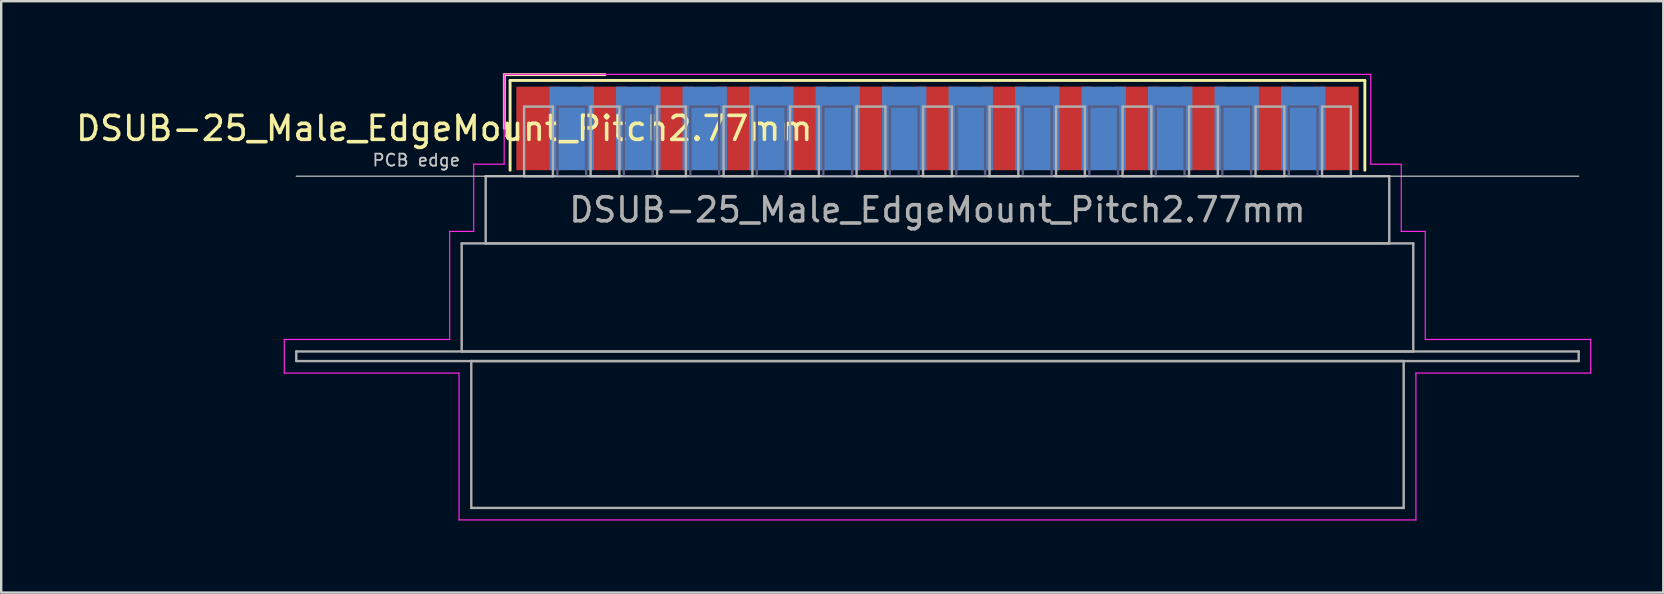
<source format=kicad_pcb>
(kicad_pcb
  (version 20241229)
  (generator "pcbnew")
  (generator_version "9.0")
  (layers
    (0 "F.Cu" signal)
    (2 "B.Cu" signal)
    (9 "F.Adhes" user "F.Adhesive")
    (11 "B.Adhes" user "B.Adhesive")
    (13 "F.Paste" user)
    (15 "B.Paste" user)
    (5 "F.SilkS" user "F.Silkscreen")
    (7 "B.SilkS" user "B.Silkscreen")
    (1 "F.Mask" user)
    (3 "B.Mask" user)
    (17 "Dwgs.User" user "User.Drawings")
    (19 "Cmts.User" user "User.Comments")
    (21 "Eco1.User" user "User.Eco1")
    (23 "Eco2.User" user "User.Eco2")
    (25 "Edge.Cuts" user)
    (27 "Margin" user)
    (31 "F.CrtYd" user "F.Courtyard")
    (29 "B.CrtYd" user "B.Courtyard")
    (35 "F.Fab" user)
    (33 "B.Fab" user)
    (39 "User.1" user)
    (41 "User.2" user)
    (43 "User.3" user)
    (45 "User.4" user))
  (footprint "DSUB-25_Male_EdgeMount_Pitch2.77mm"
    (layer "F.Cu")
    (at 36.002 2.3)
    (property "Reference" "DSUB-25_Male_EdgeMount_Pitch2.77mm" (at -20.543 0 0) (layer "F.SilkS") (effects (font (size 1 1) (thickness 0.15))))
    (attr smd)
    (fp_line (start -18.043 -2.24) (end -13.85 -2.24) (stroke (width 0.12) (type solid)) (layer "F.SilkS"))
    (fp_line (start -18.043 0) (end -18.043 -2.24) (stroke (width 0.12) (type solid)) (layer "F.SilkS"))
    (fp_line (start -17.803 -2) (end -17.803 1.74) (stroke (width 0.12) (type solid)) (layer "F.SilkS"))
    (fp_line (start 17.803 -2) (end -17.803 -2) (stroke (width 0.12) (type solid)) (layer "F.SilkS"))
    (fp_line (start 17.803 1.74) (end 17.803 -2) (stroke (width 0.12) (type solid)) (layer "F.SilkS"))
    (fp_line (start -26.71 1.99) (end 26.71 1.99) (stroke (width 0.05) (type solid)) (layer "Dwgs.User"))
    (fp_line (start -27.21 8.79) (end -20.32 8.79) (stroke (width 0.05) (type solid)) (layer "F.CrtYd"))
    (fp_line (start -27.21 10.19) (end -27.21 8.79) (stroke (width 0.05) (type solid)) (layer "F.CrtYd"))
    (fp_line (start -20.32 4.29) (end -19.32 4.29) (stroke (width 0.05) (type solid)) (layer "F.CrtYd"))
    (fp_line (start -20.32 8.79) (end -20.32 4.29) (stroke (width 0.05) (type solid)) (layer "F.CrtYd"))
    (fp_line (start -19.93 10.19) (end -27.21 10.19) (stroke (width 0.05) (type solid)) (layer "F.CrtYd"))
    (fp_line (start -19.93 16.31) (end -19.93 10.19) (stroke (width 0.05) (type solid)) (layer "F.CrtYd"))
    (fp_line (start -19.32 1.49) (end -18.05 1.49) (stroke (width 0.05) (type solid)) (layer "F.CrtYd"))
    (fp_line (start -19.32 4.29) (end -19.32 1.49) (stroke (width 0.05) (type solid)) (layer "F.CrtYd"))
    (fp_line (start -18.05 -2.25) (end 18.05 -2.25) (stroke (width 0.05) (type solid)) (layer "F.CrtYd"))
    (fp_line (start -18.05 1.49) (end -18.05 -2.25) (stroke (width 0.05) (type solid)) (layer "F.CrtYd"))
    (fp_line (start 18.05 -2.25) (end 18.05 1.49) (stroke (width 0.05) (type solid)) (layer "F.CrtYd"))
    (fp_line (start 18.05 1.49) (end 19.32 1.49) (stroke (width 0.05) (type solid)) (layer "F.CrtYd"))
    (fp_line (start 19.32 1.49) (end 19.32 4.29) (stroke (width 0.05) (type solid)) (layer "F.CrtYd"))
    (fp_line (start 19.32 4.29) (end 20.32 4.29) (stroke (width 0.05) (type solid)) (layer "F.CrtYd"))
    (fp_line (start 19.93 10.19) (end 19.93 16.31) (stroke (width 0.05) (type solid)) (layer "F.CrtYd"))
    (fp_line (start 19.93 16.31) (end -19.93 16.31) (stroke (width 0.05) (type solid)) (layer "F.CrtYd"))
    (fp_line (start 20.32 4.29) (end 20.32 8.79) (stroke (width 0.05) (type solid)) (layer "F.CrtYd"))
    (fp_line (start 20.32 8.79) (end 27.21 8.79) (stroke (width 0.05) (type solid)) (layer "F.CrtYd"))
    (fp_line (start 27.21 8.79) (end 27.21 10.19) (stroke (width 0.05) (type solid)) (layer "F.CrtYd"))
    (fp_line (start 27.21 10.19) (end 19.93 10.19) (stroke (width 0.05) (type solid)) (layer "F.CrtYd"))
    (fp_line (start -15.835 -0.91) (end -15.835 1.99) (stroke (width 0.1) (type solid)) (layer "B.Fab"))
    (fp_line (start -15.835 1.99) (end -14.635 1.99) (stroke (width 0.1) (type solid)) (layer "B.Fab"))
    (fp_line (start -14.635 -0.91) (end -15.835 -0.91) (stroke (width 0.1) (type solid)) (layer "B.Fab"))
    (fp_line (start -14.635 1.99) (end -14.635 -0.91) (stroke (width 0.1) (type solid)) (layer "B.Fab"))
    (fp_line (start -13.065 -0.91) (end -13.065 1.99) (stroke (width 0.1) (type solid)) (layer "B.Fab"))
    (fp_line (start -13.065 1.99) (end -11.865 1.99) (stroke (width 0.1) (type solid)) (layer "B.Fab"))
    (fp_line (start -11.865 -0.91) (end -13.065 -0.91) (stroke (width 0.1) (type solid)) (layer "B.Fab"))
    (fp_line (start -11.865 1.99) (end -11.865 -0.91) (stroke (width 0.1) (type solid)) (layer "B.Fab"))
    (fp_line (start -10.295 -0.91) (end -10.295 1.99) (stroke (width 0.1) (type solid)) (layer "B.Fab"))
    (fp_line (start -10.295 1.99) (end -9.095 1.99) (stroke (width 0.1) (type solid)) (layer "B.Fab"))
    (fp_line (start -9.095 -0.91) (end -10.295 -0.91) (stroke (width 0.1) (type solid)) (layer "B.Fab"))
    (fp_line (start -9.095 1.99) (end -9.095 -0.91) (stroke (width 0.1) (type solid)) (layer "B.Fab"))
    (fp_line (start -7.525 -0.91) (end -7.525 1.99) (stroke (width 0.1) (type solid)) (layer "B.Fab"))
    (fp_line (start -7.525 1.99) (end -6.325 1.99) (stroke (width 0.1) (type solid)) (layer "B.Fab"))
    (fp_line (start -6.325 -0.91) (end -7.525 -0.91) (stroke (width 0.1) (type solid)) (layer "B.Fab"))
    (fp_line (start -6.325 1.99) (end -6.325 -0.91) (stroke (width 0.1) (type solid)) (layer "B.Fab"))
    (fp_line (start -4.755 -0.91) (end -4.755 1.99) (stroke (width 0.1) (type solid)) (layer "B.Fab"))
    (fp_line (start -4.755 1.99) (end -3.555 1.99) (stroke (width 0.1) (type solid)) (layer "B.Fab"))
    (fp_line (start -3.555 -0.91) (end -4.755 -0.91) (stroke (width 0.1) (type solid)) (layer "B.Fab"))
    (fp_line (start -3.555 1.99) (end -3.555 -0.91) (stroke (width 0.1) (type solid)) (layer "B.Fab"))
    (fp_line (start -1.985 -0.91) (end -1.985 1.99) (stroke (width 0.1) (type solid)) (layer "B.Fab"))
    (fp_line (start -1.985 1.99) (end -0.785 1.99) (stroke (width 0.1) (type solid)) (layer "B.Fab"))
    (fp_line (start -0.785 -0.91) (end -1.985 -0.91) (stroke (width 0.1) (type solid)) (layer "B.Fab"))
    (fp_line (start -0.785 1.99) (end -0.785 -0.91) (stroke (width 0.1) (type solid)) (layer "B.Fab"))
    (fp_line (start 0.785 -0.91) (end 0.785 1.99) (stroke (width 0.1) (type solid)) (layer "B.Fab"))
    (fp_line (start 0.785 1.99) (end 1.985 1.99) (stroke (width 0.1) (type solid)) (layer "B.Fab"))
    (fp_line (start 1.985 -0.91) (end 0.785 -0.91) (stroke (width 0.1) (type solid)) (layer "B.Fab"))
    (fp_line (start 1.985 1.99) (end 1.985 -0.91) (stroke (width 0.1) (type solid)) (layer "B.Fab"))
    (fp_line (start 3.555 -0.91) (end 3.555 1.99) (stroke (width 0.1) (type solid)) (layer "B.Fab"))
    (fp_line (start 3.555 1.99) (end 4.755 1.99) (stroke (width 0.1) (type solid)) (layer "B.Fab"))
    (fp_line (start 4.755 -0.91) (end 3.555 -0.91) (stroke (width 0.1) (type solid)) (layer "B.Fab"))
    (fp_line (start 4.755 1.99) (end 4.755 -0.91) (stroke (width 0.1) (type solid)) (layer "B.Fab"))
    (fp_line (start 6.325 -0.91) (end 6.325 1.99) (stroke (width 0.1) (type solid)) (layer "B.Fab"))
    (fp_line (start 6.325 1.99) (end 7.525 1.99) (stroke (width 0.1) (type solid)) (layer "B.Fab"))
    (fp_line (start 7.525 -0.91) (end 6.325 -0.91) (stroke (width 0.1) (type solid)) (layer "B.Fab"))
    (fp_line (start 7.525 1.99) (end 7.525 -0.91) (stroke (width 0.1) (type solid)) (layer "B.Fab"))
    (fp_line (start 9.095 -0.91) (end 9.095 1.99) (stroke (width 0.1) (type solid)) (layer "B.Fab"))
    (fp_line (start 9.095 1.99) (end 10.295 1.99) (stroke (width 0.1) (type solid)) (layer "B.Fab"))
    (fp_line (start 10.295 -0.91) (end 9.095 -0.91) (stroke (width 0.1) (type solid)) (layer "B.Fab"))
    (fp_line (start 10.295 1.99) (end 10.295 -0.91) (stroke (width 0.1) (type solid)) (layer "B.Fab"))
    (fp_line (start 11.865 -0.91) (end 11.865 1.99) (stroke (width 0.1) (type solid)) (layer "B.Fab"))
    (fp_line (start 11.865 1.99) (end 13.065 1.99) (stroke (width 0.1) (type solid)) (layer "B.Fab"))
    (fp_line (start 13.065 -0.91) (end 11.865 -0.91) (stroke (width 0.1) (type solid)) (layer "B.Fab"))
    (fp_line (start 13.065 1.99) (end 13.065 -0.91) (stroke (width 0.1) (type solid)) (layer "B.Fab"))
    (fp_line (start 14.635 -0.91) (end 14.635 1.99) (stroke (width 0.1) (type solid)) (layer "B.Fab"))
    (fp_line (start 14.635 1.99) (end 15.835 1.99) (stroke (width 0.1) (type solid)) (layer "B.Fab"))
    (fp_line (start 15.835 -0.91) (end 14.635 -0.91) (stroke (width 0.1) (type solid)) (layer "B.Fab"))
    (fp_line (start 15.835 1.99) (end 15.835 -0.91) (stroke (width 0.1) (type solid)) (layer "B.Fab"))
    (fp_line (start -26.71 9.29) (end -26.71 9.69) (stroke (width 0.1) (type solid)) (layer "F.Fab"))
    (fp_line (start -26.71 9.69) (end 26.71 9.69) (stroke (width 0.1) (type solid)) (layer "F.Fab"))
    (fp_line (start -19.82 4.79) (end -19.82 9.29) (stroke (width 0.1) (type solid)) (layer "F.Fab"))
    (fp_line (start -19.82 9.29) (end 19.82 9.29) (stroke (width 0.1) (type solid)) (layer "F.Fab"))
    (fp_line (start -19.42 9.69) (end -19.42 15.81) (stroke (width 0.1) (type solid)) (layer "F.Fab"))
    (fp_line (start -19.42 15.81) (end 19.42 15.81) (stroke (width 0.1) (type solid)) (layer "F.Fab"))
    (fp_line (start -18.82 1.99) (end -18.82 4.79) (stroke (width 0.1) (type solid)) (layer "F.Fab"))
    (fp_line (start -18.82 4.79) (end 18.82 4.79) (stroke (width 0.1) (type solid)) (layer "F.Fab"))
    (fp_line (start -17.22 -0.91) (end -17.22 1.99) (stroke (width 0.1) (type solid)) (layer "F.Fab"))
    (fp_line (start -17.22 1.99) (end -16.02 1.99) (stroke (width 0.1) (type solid)) (layer "F.Fab"))
    (fp_line (start -16.02 -0.91) (end -17.22 -0.91) (stroke (width 0.1) (type solid)) (layer "F.Fab"))
    (fp_line (start -16.02 1.99) (end -16.02 -0.91) (stroke (width 0.1) (type solid)) (layer "F.Fab"))
    (fp_line (start -14.45 -0.91) (end -14.45 1.99) (stroke (width 0.1) (type solid)) (layer "F.Fab"))
    (fp_line (start -14.45 1.99) (end -13.25 1.99) (stroke (width 0.1) (type solid)) (layer "F.Fab"))
    (fp_line (start -13.25 -0.91) (end -14.45 -0.91) (stroke (width 0.1) (type solid)) (layer "F.Fab"))
    (fp_line (start -13.25 1.99) (end -13.25 -0.91) (stroke (width 0.1) (type solid)) (layer "F.Fab"))
    (fp_line (start -11.68 -0.91) (end -11.68 1.99) (stroke (width 0.1) (type solid)) (layer "F.Fab"))
    (fp_line (start -11.68 1.99) (end -10.48 1.99) (stroke (width 0.1) (type solid)) (layer "F.Fab"))
    (fp_line (start -10.48 -0.91) (end -11.68 -0.91) (stroke (width 0.1) (type solid)) (layer "F.Fab"))
    (fp_line (start -10.48 1.99) (end -10.48 -0.91) (stroke (width 0.1) (type solid)) (layer "F.Fab"))
    (fp_line (start -8.91 -0.91) (end -8.91 1.99) (stroke (width 0.1) (type solid)) (layer "F.Fab"))
    (fp_line (start -8.91 1.99) (end -7.71 1.99) (stroke (width 0.1) (type solid)) (layer "F.Fab"))
    (fp_line (start -7.71 -0.91) (end -8.91 -0.91) (stroke (width 0.1) (type solid)) (layer "F.Fab"))
    (fp_line (start -7.71 1.99) (end -7.71 -0.91) (stroke (width 0.1) (type solid)) (layer "F.Fab"))
    (fp_line (start -6.14 -0.91) (end -6.14 1.99) (stroke (width 0.1) (type solid)) (layer "F.Fab"))
    (fp_line (start -6.14 1.99) (end -4.94 1.99) (stroke (width 0.1) (type solid)) (layer "F.Fab"))
    (fp_line (start -4.94 -0.91) (end -6.14 -0.91) (stroke (width 0.1) (type solid)) (layer "F.Fab"))
    (fp_line (start -4.94 1.99) (end -4.94 -0.91) (stroke (width 0.1) (type solid)) (layer "F.Fab"))
    (fp_line (start -3.37 -0.91) (end -3.37 1.99) (stroke (width 0.1) (type solid)) (layer "F.Fab"))
    (fp_line (start -3.37 1.99) (end -2.17 1.99) (stroke (width 0.1) (type solid)) (layer "F.Fab"))
    (fp_line (start -2.17 -0.91) (end -3.37 -0.91) (stroke (width 0.1) (type solid)) (layer "F.Fab"))
    (fp_line (start -2.17 1.99) (end -2.17 -0.91) (stroke (width 0.1) (type solid)) (layer "F.Fab"))
    (fp_line (start -0.6 -0.91) (end -0.6 1.99) (stroke (width 0.1) (type solid)) (layer "F.Fab"))
    (fp_line (start -0.6 1.99) (end 0.6 1.99) (stroke (width 0.1) (type solid)) (layer "F.Fab"))
    (fp_line (start 0.6 -0.91) (end -0.6 -0.91) (stroke (width 0.1) (type solid)) (layer "F.Fab"))
    (fp_line (start 0.6 1.99) (end 0.6 -0.91) (stroke (width 0.1) (type solid)) (layer "F.Fab"))
    (fp_line (start 2.17 -0.91) (end 2.17 1.99) (stroke (width 0.1) (type solid)) (layer "F.Fab"))
    (fp_line (start 2.17 1.99) (end 3.37 1.99) (stroke (width 0.1) (type solid)) (layer "F.Fab"))
    (fp_line (start 3.37 -0.91) (end 2.17 -0.91) (stroke (width 0.1) (type solid)) (layer "F.Fab"))
    (fp_line (start 3.37 1.99) (end 3.37 -0.91) (stroke (width 0.1) (type solid)) (layer "F.Fab"))
    (fp_line (start 4.94 -0.91) (end 4.94 1.99) (stroke (width 0.1) (type solid)) (layer "F.Fab"))
    (fp_line (start 4.94 1.99) (end 6.14 1.99) (stroke (width 0.1) (type solid)) (layer "F.Fab"))
    (fp_line (start 6.14 -0.91) (end 4.94 -0.91) (stroke (width 0.1) (type solid)) (layer "F.Fab"))
    (fp_line (start 6.14 1.99) (end 6.14 -0.91) (stroke (width 0.1) (type solid)) (layer "F.Fab"))
    (fp_line (start 7.71 -0.91) (end 7.71 1.99) (stroke (width 0.1) (type solid)) (layer "F.Fab"))
    (fp_line (start 7.71 1.99) (end 8.91 1.99) (stroke (width 0.1) (type solid)) (layer "F.Fab"))
    (fp_line (start 8.91 -0.91) (end 7.71 -0.91) (stroke (width 0.1) (type solid)) (layer "F.Fab"))
    (fp_line (start 8.91 1.99) (end 8.91 -0.91) (stroke (width 0.1) (type solid)) (layer "F.Fab"))
    (fp_line (start 10.48 -0.91) (end 10.48 1.99) (stroke (width 0.1) (type solid)) (layer "F.Fab"))
    (fp_line (start 10.48 1.99) (end 11.68 1.99) (stroke (width 0.1) (type solid)) (layer "F.Fab"))
    (fp_line (start 11.68 -0.91) (end 10.48 -0.91) (stroke (width 0.1) (type solid)) (layer "F.Fab"))
    (fp_line (start 11.68 1.99) (end 11.68 -0.91) (stroke (width 0.1) (type solid)) (layer "F.Fab"))
    (fp_line (start 13.25 -0.91) (end 13.25 1.99) (stroke (width 0.1) (type solid)) (layer "F.Fab"))
    (fp_line (start 13.25 1.99) (end 14.45 1.99) (stroke (width 0.1) (type solid)) (layer "F.Fab"))
    (fp_line (start 14.45 -0.91) (end 13.25 -0.91) (stroke (width 0.1) (type solid)) (layer "F.Fab"))
    (fp_line (start 14.45 1.99) (end 14.45 -0.91) (stroke (width 0.1) (type solid)) (layer "F.Fab"))
    (fp_line (start 16.02 -0.91) (end 16.02 1.99) (stroke (width 0.1) (type solid)) (layer "F.Fab"))
    (fp_line (start 16.02 1.99) (end 17.22 1.99) (stroke (width 0.1) (type solid)) (layer "F.Fab"))
    (fp_line (start 17.22 -0.91) (end 16.02 -0.91) (stroke (width 0.1) (type solid)) (layer "F.Fab"))
    (fp_line (start 17.22 1.99) (end 17.22 -0.91) (stroke (width 0.1) (type solid)) (layer "F.Fab"))
    (fp_line (start 18.82 1.99) (end -18.82 1.99) (stroke (width 0.1) (type solid)) (layer "F.Fab"))
    (fp_line (start 18.82 4.79) (end 18.82 1.99) (stroke (width 0.1) (type solid)) (layer "F.Fab"))
    (fp_line (start 19.42 9.69) (end -19.42 9.69) (stroke (width 0.1) (type solid)) (layer "F.Fab"))
    (fp_line (start 19.42 15.81) (end 19.42 9.69) (stroke (width 0.1) (type solid)) (layer "F.Fab"))
    (fp_line (start 19.82 4.79) (end -19.82 4.79) (stroke (width 0.1) (type solid)) (layer "F.Fab"))
    (fp_line (start 19.82 9.29) (end 19.82 4.79) (stroke (width 0.1) (type solid)) (layer "F.Fab"))
    (fp_line (start 26.71 9.29) (end -26.71 9.29) (stroke (width 0.1) (type solid)) (layer "F.Fab"))
    (fp_line (start 26.71 9.69) (end 26.71 9.29) (stroke (width 0.1) (type solid)) (layer "F.Fab"))
    (fp_text user "PCB edge" (at -21.71 1.323 0) (layer "Dwgs.User") (effects (font (size 0.5 0.5) (thickness 0.075))))
    (fp_text user "${REFERENCE}" (at 0 3.39 0) (layer "F.Fab") (effects (font (size 1 1) (thickness 0.15))))
    (pad "1" smd rect (at -16.62 0) (size 1.847 3.48) (layers "F.Cu" "F.Mask" "F.Paste"))
    (pad "2" smd rect (at -13.85 0) (size 1.847 3.48) (layers "F.Cu" "F.Mask" "F.Paste"))
    (pad "3" smd rect (at -11.08 0) (size 1.847 3.48) (layers "F.Cu" "F.Mask" "F.Paste"))
    (pad "4" smd rect (at -8.31 0) (size 1.847 3.48) (layers "F.Cu" "F.Mask" "F.Paste"))
    (pad "5" smd rect (at -5.54 0) (size 1.847 3.48) (layers "F.Cu" "F.Mask" "F.Paste"))
    (pad "6" smd rect (at -2.77 0) (size 1.847 3.48) (layers "F.Cu" "F.Mask" "F.Paste"))
    (pad "7" smd rect (at 0 0) (size 1.847 3.48) (layers "F.Cu" "F.Mask" "F.Paste"))
    (pad "8" smd rect (at 2.77 0) (size 1.847 3.48) (layers "F.Cu" "F.Mask" "F.Paste"))
    (pad "9" smd rect (at 5.54 0) (size 1.847 3.48) (layers "F.Cu" "F.Mask" "F.Paste"))
    (pad "10" smd rect (at 8.31 0) (size 1.847 3.48) (layers "F.Cu" "F.Mask" "F.Paste"))
    (pad "11" smd rect (at 11.08 0) (size 1.847 3.48) (layers "F.Cu" "F.Mask" "F.Paste"))
    (pad "12" smd rect (at 13.85 0) (size 1.847 3.48) (layers "F.Cu" "F.Mask" "F.Paste"))
    (pad "13" smd rect (at 16.62 0) (size 1.847 3.48) (layers "F.Cu" "F.Mask" "F.Paste"))
    (pad "14" smd rect (at -15.235 0) (size 1.847 3.48) (layers "B.Cu" "B.Mask" "B.Paste"))
    (pad "15" smd rect (at -12.465 0) (size 1.847 3.48) (layers "B.Cu" "B.Mask" "B.Paste"))
    (pad "16" smd rect (at -9.695 0) (size 1.847 3.48) (layers "B.Cu" "B.Mask" "B.Paste"))
    (pad "17" smd rect (at -6.925 0) (size 1.847 3.48) (layers "B.Cu" "B.Mask" "B.Paste"))
    (pad "18" smd rect (at -4.155 0) (size 1.847 3.48) (layers "B.Cu" "B.Mask" "B.Paste"))
    (pad "19" smd rect (at -1.385 0) (size 1.847 3.48) (layers "B.Cu" "B.Mask" "B.Paste"))
    (pad "20" smd rect (at 1.385 0) (size 1.847 3.48) (layers "B.Cu" "B.Mask" "B.Paste"))
    (pad "21" smd rect (at 4.155 0) (size 1.847 3.48) (layers "B.Cu" "B.Mask" "B.Paste"))
    (pad "22" smd rect (at 6.925 0) (size 1.847 3.48) (layers "B.Cu" "B.Mask" "B.Paste"))
    (pad "23" smd rect (at 9.695 0) (size 1.847 3.48) (layers "B.Cu" "B.Mask" "B.Paste"))
    (pad "24" smd rect (at 12.465 0) (size 1.847 3.48) (layers "B.Cu" "B.Mask" "B.Paste"))
    (pad "25" smd rect (at 15.235 0) (size 1.847 3.48) (layers "B.Cu" "B.Mask" "B.Paste")))
  (gr_rect
    (start -3 -3)
    (end 66.237 21.635)
    (stroke (width 0.1) (type default))
    (fill no)
    (layer "Edge.Cuts")))
</source>
